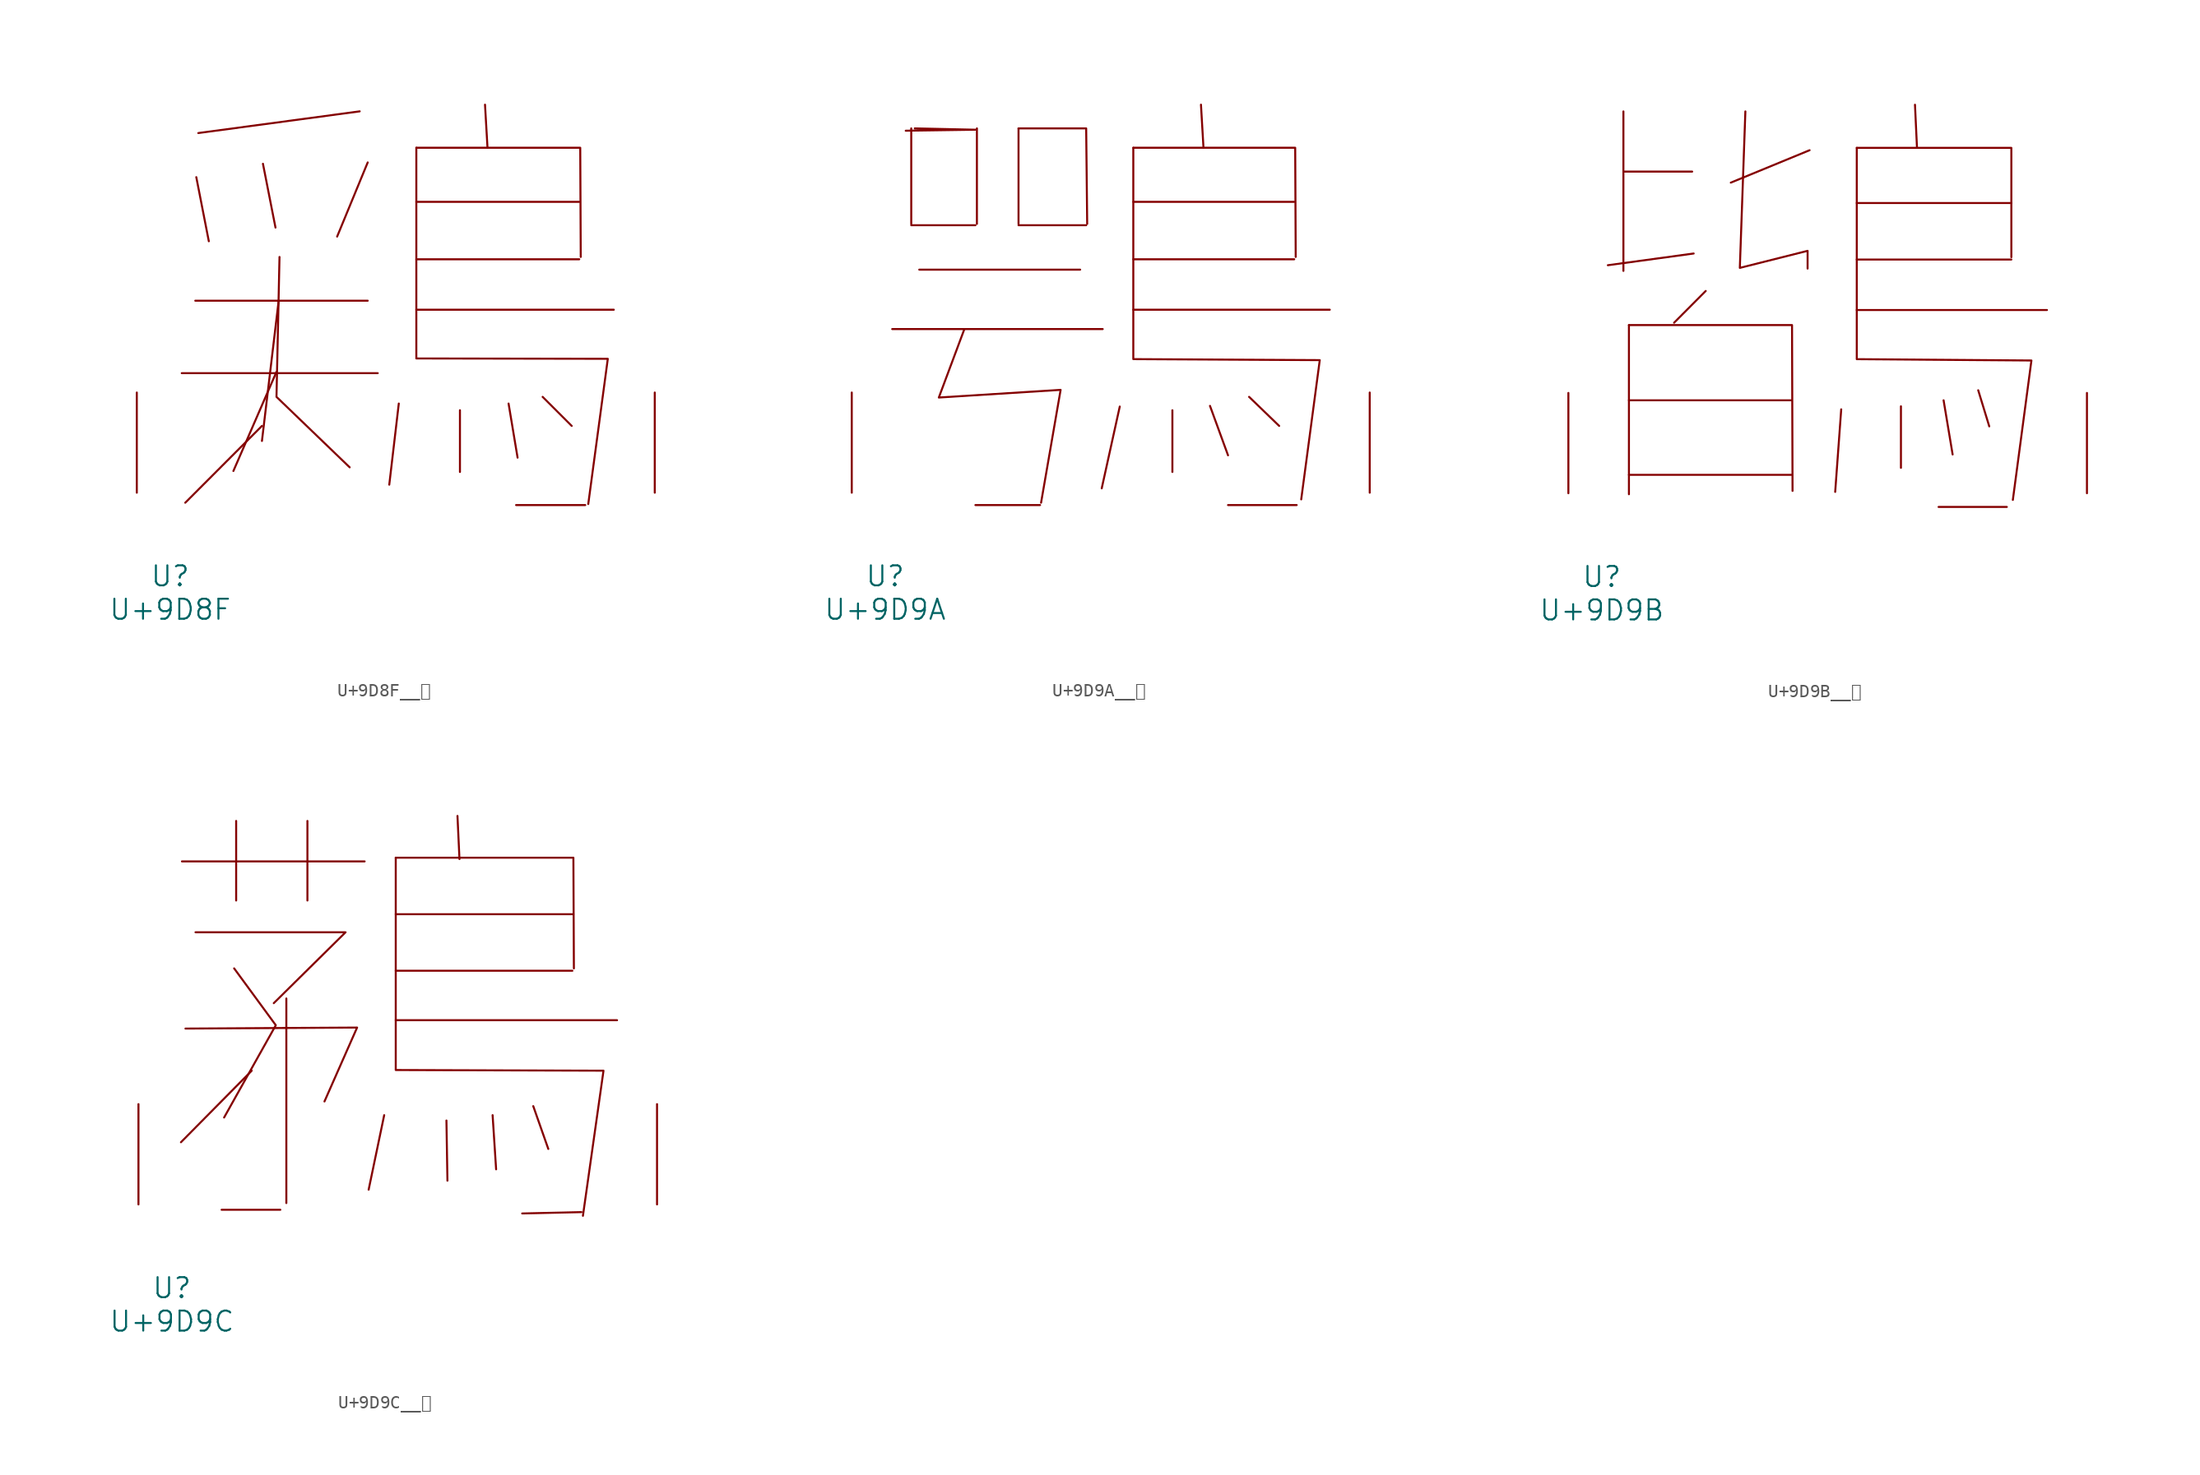
<source format=kicad_sym>
(kicad_symbol_lib
  (version 20231120)
  (generator "kicad_symbol_editor")
  (generator_version "8.0")
  (symbol "U+9D8F__鶏"
    (pin_names
      (offset 1.016))
    (property "Reference" "U"
      (at 0 -6.35 0)
      (effects (font (size 1.524 1.524))))
    (property "Value" "U+9D8F"
      (at 0 -8.89 0)
      (effects (font (size 1.524 1.524))))
    (symbol "U+9D8F__鶏_0_1"
      (polyline (pts (xy 0.876 9.093) (xy 15.773 9.093)) (stroke (width 0) (type solid)) (fill (type none)))
      (polyline (pts (xy 1.905 14.605) (xy 15.011 14.605)) (stroke (width 0) (type solid)) (fill (type none)))
      (polyline (pts (xy 1.981 24.003) (xy 2.934 19.126)) (stroke (width 0) (type solid)) (fill (type none)))
      (polyline (pts (xy 6.972 5.08) (xy 1.143 -0.762)) (stroke (width 0) (type solid)) (fill (type none)))
      (polyline (pts (xy 7.048 25.019) (xy 8.001 20.168)) (stroke (width 0) (type solid)) (fill (type none)))
      (polyline (pts (xy 8.077 9.195) (xy 4.801 1.651)) (stroke (width 0) (type solid)) (fill (type none)))
      (polyline (pts (xy 8.23 14.503) (xy 6.972 3.937)) (stroke (width 0) (type solid)) (fill (type none)))
      (polyline (pts (xy 14.402 29.007) (xy 2.134 27.356)) (stroke (width 0) (type solid)) (fill (type none)))
      (polyline (pts (xy 15.011 25.121) (xy 12.687 19.482)) (stroke (width 0) (type solid)) (fill (type none)))
      (polyline (pts (xy 17.374 6.782) (xy 16.65 0.61)) (stroke (width 0) (type solid)) (fill (type none)))
      (polyline (pts (xy 18.707 13.919) (xy 33.718 13.919)) (stroke (width 0) (type solid)) (fill (type none)))
      (polyline (pts (xy 18.707 17.755) (xy 31.09 17.755)) (stroke (width 0) (type solid)) (fill (type none)))
      (polyline (pts (xy 18.707 22.123) (xy 31.09 22.123)) (stroke (width 0) (type solid)) (fill (type none)))
      (polyline (pts (xy 22.022 6.274) (xy 22.022 1.575)) (stroke (width 0) (type solid)) (fill (type none)))
      (polyline (pts (xy 23.927 29.515) (xy 24.117 26.238)) (stroke (width 0) (type solid)) (fill (type none)))
      (polyline (pts (xy 25.718 6.782) (xy 26.403 2.667)) (stroke (width 0) (type solid)) (fill (type none)))
      (polyline (pts (xy 26.289 -0.94) (xy 31.547 -0.94)) (stroke (width 0) (type solid)) (fill (type none)))
      (polyline (pts (xy 28.308 7.29) (xy 30.518 5.08)) (stroke (width 0) (type solid)) (fill (type none)))
      (polyline (pts (xy 8.306 17.932) (xy 8.077 7.29) (xy 13.64 1.93)) (stroke (width 0) (type solid)) (fill (type none)))
      (polyline (pts (xy 18.707 26.238) (xy 31.166 26.238) (xy 31.204 17.932)) (stroke (width 0) (type solid)) (fill (type none)))
      (polyline (pts (xy 18.707 26.238) (xy 18.707 10.211) (xy 33.261 10.185) (xy 31.775 -0.864)) (stroke (width 0) (type solid)) (fill (type none)))
      (pin input line (at -2.54 0 90) (length 7.62) (name "~" (effects (font (size 1.27 1.27)))) (number "~" (effects (font (size 1.27 1.27)))))
      (pin input line (at 36.83 0 90) (length 7.62) (name "~" (effects (font (size 1.27 1.27)))) (number "~" (effects (font (size 1.27 1.27)))))))
  (symbol "U+9D9A__鶚"
    (pin_names
      (offset 1.016))
    (property "Reference" "U"
      (at 0 -6.35 0)
      (effects (font (size 1.524 1.524))))
    (property "Value" "U+9D9A"
      (at 0 -8.89 0)
      (effects (font (size 1.524 1.524))))
    (symbol "U+9D9A__鶚_0_1"
      (polyline (pts (xy 0.533 12.446) (xy 16.535 12.446)) (stroke (width 0) (type solid)) (fill (type none)))
      (polyline (pts (xy 1.981 20.345) (xy 6.858 20.345)) (stroke (width 0) (type solid)) (fill (type none)))
      (polyline (pts (xy 1.981 27.711) (xy 1.981 20.447)) (stroke (width 0) (type solid)) (fill (type none)))
      (polyline (pts (xy 2.591 16.967) (xy 14.821 16.967)) (stroke (width 0) (type solid)) (fill (type none)))
      (polyline (pts (xy 6.858 -0.94) (xy 11.773 -0.94)) (stroke (width 0) (type solid)) (fill (type none)))
      (polyline (pts (xy 6.972 27.711) (xy 6.972 20.447)) (stroke (width 0) (type solid)) (fill (type none)))
      (polyline (pts (xy 10.135 20.345) (xy 15.278 20.345)) (stroke (width 0) (type solid)) (fill (type none)))
      (polyline (pts (xy 10.135 27.711) (xy 10.135 20.447)) (stroke (width 0) (type solid)) (fill (type none)))
      (polyline (pts (xy 17.831 6.553) (xy 16.459 0.33)) (stroke (width 0) (type solid)) (fill (type none)))
      (polyline (pts (xy 18.86 13.919) (xy 33.795 13.919)) (stroke (width 0) (type solid)) (fill (type none)))
      (polyline (pts (xy 18.86 17.755) (xy 31.09 17.755)) (stroke (width 0) (type solid)) (fill (type none)))
      (polyline (pts (xy 18.86 22.123) (xy 31.09 22.123)) (stroke (width 0) (type solid)) (fill (type none)))
      (polyline (pts (xy 21.831 6.274) (xy 21.831 1.575)) (stroke (width 0) (type solid)) (fill (type none)))
      (polyline (pts (xy 24.003 29.515) (xy 24.194 26.238)) (stroke (width 0) (type solid)) (fill (type none)))
      (polyline (pts (xy 24.689 6.604) (xy 26.06 2.845)) (stroke (width 0) (type solid)) (fill (type none)))
      (polyline (pts (xy 26.06 -0.94) (xy 31.28 -0.94)) (stroke (width 0) (type solid)) (fill (type none)))
      (polyline (pts (xy 27.661 7.29) (xy 29.947 5.08)) (stroke (width 0) (type solid)) (fill (type none)))
      (polyline (pts (xy 2.248 27.711) (xy 6.858 27.61) (xy 1.562 27.534)) (stroke (width 0) (type solid)) (fill (type none)))
      (polyline (pts (xy 10.135 27.711) (xy 15.278 27.711) (xy 15.354 20.447)) (stroke (width 0) (type solid)) (fill (type none)))
      (polyline (pts (xy 18.86 26.238) (xy 31.166 26.238) (xy 31.204 17.932)) (stroke (width 0) (type solid)) (fill (type none)))
      (polyline (pts (xy 6.02 12.446) (xy 4.077 7.239) (xy 13.335 7.823) (xy 11.849 -0.762)) (stroke (width 0) (type solid)) (fill (type none)))
      (polyline (pts (xy 18.86 26.238) (xy 18.86 10.16) (xy 33.033 10.084) (xy 31.623 -0.508)) (stroke (width 0) (type solid)) (fill (type none)))
      (pin input line (at -2.54 0 90) (length 7.62) (name "~" (effects (font (size 1.27 1.27)))) (number "~" (effects (font (size 1.27 1.27)))))
      (pin input line (at 36.83 0 90) (length 7.62) (name "~" (effects (font (size 1.27 1.27)))) (number "~" (effects (font (size 1.27 1.27)))))))
  (symbol "U+9D9B__鶛"
    (pin_names
      (offset 1.016))
    (property "Reference" "U"
      (at 0 -6.35 0)
      (effects (font (size 1.524 1.524))))
    (property "Value" "U+9D9B"
      (at 0 -8.89 0)
      (effects (font (size 1.524 1.524))))
    (symbol "U+9D9B__鶛_0_1"
      (polyline (pts (xy 1.638 24.435) (xy 6.858 24.435)) (stroke (width 0) (type solid)) (fill (type none)))
      (polyline (pts (xy 1.638 29.007) (xy 1.638 16.891)) (stroke (width 0) (type solid)) (fill (type none)))
      (polyline (pts (xy 2.057 1.397) (xy 14.402 1.397)) (stroke (width 0) (type solid)) (fill (type none)))
      (polyline (pts (xy 2.057 7.061) (xy 14.402 7.061)) (stroke (width 0) (type solid)) (fill (type none)))
      (polyline (pts (xy 2.057 12.776) (xy 2.057 -0.076)) (stroke (width 0) (type solid)) (fill (type none)))
      (polyline (pts (xy 6.972 18.212) (xy 0.457 17.323)) (stroke (width 0) (type solid)) (fill (type none)))
      (polyline (pts (xy 7.887 15.367) (xy 5.486 12.954)) (stroke (width 0) (type solid)) (fill (type none)))
      (polyline (pts (xy 15.773 26.06) (xy 9.792 23.597)) (stroke (width 0) (type solid)) (fill (type none)))
      (polyline (pts (xy 18.174 6.375) (xy 17.716 0.102)) (stroke (width 0) (type solid)) (fill (type none)))
      (polyline (pts (xy 19.355 13.919) (xy 33.795 13.919)) (stroke (width 0) (type solid)) (fill (type none)))
      (polyline (pts (xy 19.355 17.755) (xy 31.09 17.755)) (stroke (width 0) (type solid)) (fill (type none)))
      (polyline (pts (xy 19.355 22.047) (xy 31.09 22.047)) (stroke (width 0) (type solid)) (fill (type none)))
      (polyline (pts (xy 22.708 6.604) (xy 22.708 1.93)) (stroke (width 0) (type solid)) (fill (type none)))
      (polyline (pts (xy 23.774 29.515) (xy 23.927 26.238)) (stroke (width 0) (type solid)) (fill (type none)))
      (polyline (pts (xy 25.565 -1.041) (xy 30.747 -1.041)) (stroke (width 0) (type solid)) (fill (type none)))
      (polyline (pts (xy 25.946 7.061) (xy 26.632 2.946)) (stroke (width 0) (type solid)) (fill (type none)))
      (polyline (pts (xy 28.575 7.823) (xy 29.413 5.08)) (stroke (width 0) (type solid)) (fill (type none)))
      (polyline (pts (xy 2.057 12.776) (xy 14.44 12.776) (xy 14.478 0.178)) (stroke (width 0) (type solid)) (fill (type none)))
      (polyline (pts (xy 19.355 26.238) (xy 31.09 26.238) (xy 31.09 17.932)) (stroke (width 0) (type solid)) (fill (type none)))
      (polyline (pts (xy 10.897 29.007) (xy 10.477 17.12) (xy 15.621 18.415) (xy 15.621 17.069)) (stroke (width 0) (type solid)) (fill (type none)))
      (polyline (pts (xy 19.355 26.238) (xy 19.355 10.185) (xy 32.614 10.084) (xy 31.204 -0.508)) (stroke (width 0) (type solid)) (fill (type none)))
      (pin input line (at -2.54 0 90) (length 7.62) (name "~" (effects (font (size 1.27 1.27)))) (number "~" (effects (font (size 1.27 1.27)))))
      (pin input line (at 36.83 0 90) (length 7.62) (name "~" (effects (font (size 1.27 1.27)))) (number "~" (effects (font (size 1.27 1.27)))))))
  (symbol "U+9D9C__鶜"
    (pin_names
      (offset 1.016))
    (property "Reference" "U"
      (at 0 -6.35 0)
      (effects (font (size 1.524 1.524))))
    (property "Value" "U+9D9C"
      (at 0 -8.89 0)
      (effects (font (size 1.524 1.524))))
    (symbol "U+9D9C__鶜_0_1"
      (polyline (pts (xy 0.762 26.06) (xy 14.63 26.06)) (stroke (width 0) (type solid)) (fill (type none)))
      (polyline (pts (xy 3.772 -0.406) (xy 8.23 -0.406)) (stroke (width 0) (type solid)) (fill (type none)))
      (polyline (pts (xy 4.877 29.134) (xy 4.877 23.089)) (stroke (width 0) (type solid)) (fill (type none)))
      (polyline (pts (xy 6.058 10.16) (xy 0.686 4.724)) (stroke (width 0) (type solid)) (fill (type none)))
      (polyline (pts (xy 8.687 15.646) (xy 8.687 0.102)) (stroke (width 0) (type solid)) (fill (type none)))
      (polyline (pts (xy 10.287 29.134) (xy 10.287 23.089)) (stroke (width 0) (type solid)) (fill (type none)))
      (polyline (pts (xy 16.116 6.782) (xy 14.935 1.118)) (stroke (width 0) (type solid)) (fill (type none)))
      (polyline (pts (xy 16.993 13.995) (xy 33.795 13.995)) (stroke (width 0) (type solid)) (fill (type none)))
      (polyline (pts (xy 16.993 17.755) (xy 30.404 17.755)) (stroke (width 0) (type solid)) (fill (type none)))
      (polyline (pts (xy 16.993 22.047) (xy 30.404 22.047)) (stroke (width 0) (type solid)) (fill (type none)))
      (polyline (pts (xy 20.841 6.375) (xy 20.917 1.803)) (stroke (width 0) (type solid)) (fill (type none)))
      (polyline (pts (xy 21.679 29.515) (xy 21.831 26.238)) (stroke (width 0) (type solid)) (fill (type none)))
      (polyline (pts (xy 24.346 6.782) (xy 24.613 2.667)) (stroke (width 0) (type solid)) (fill (type none)))
      (polyline (pts (xy 27.432 7.468) (xy 28.575 4.216)) (stroke (width 0) (type solid)) (fill (type none)))
      (polyline (pts (xy 31.09 -0.584) (xy 26.594 -0.686)) (stroke (width 0) (type solid)) (fill (type none)))
      (polyline (pts (xy 1.029 13.36) (xy 14.059 13.437) (xy 11.582 7.823)) (stroke (width 0) (type solid)) (fill (type none)))
      (polyline (pts (xy 1.791 20.676) (xy 13.183 20.676) (xy 7.734 15.291)) (stroke (width 0) (type solid)) (fill (type none)))
      (polyline (pts (xy 4.724 17.932) (xy 7.887 13.614) (xy 3.962 6.604)) (stroke (width 0) (type solid)) (fill (type none)))
      (polyline (pts (xy 16.993 26.34) (xy 30.48 26.34) (xy 30.518 17.932)) (stroke (width 0) (type solid)) (fill (type none)))
      (polyline (pts (xy 16.993 26.34) (xy 16.993 10.211) (xy 32.766 10.16) (xy 31.204 -0.864)) (stroke (width 0) (type solid)) (fill (type none)))
      (pin input line (at -2.54 0 90) (length 7.62) (name "~" (effects (font (size 1.27 1.27)))) (number "~" (effects (font (size 1.27 1.27)))))
      (pin input line (at 36.83 0 90) (length 7.62) (name "~" (effects (font (size 1.27 1.27)))) (number "~" (effects (font (size 1.27 1.27))))))))
</source>
